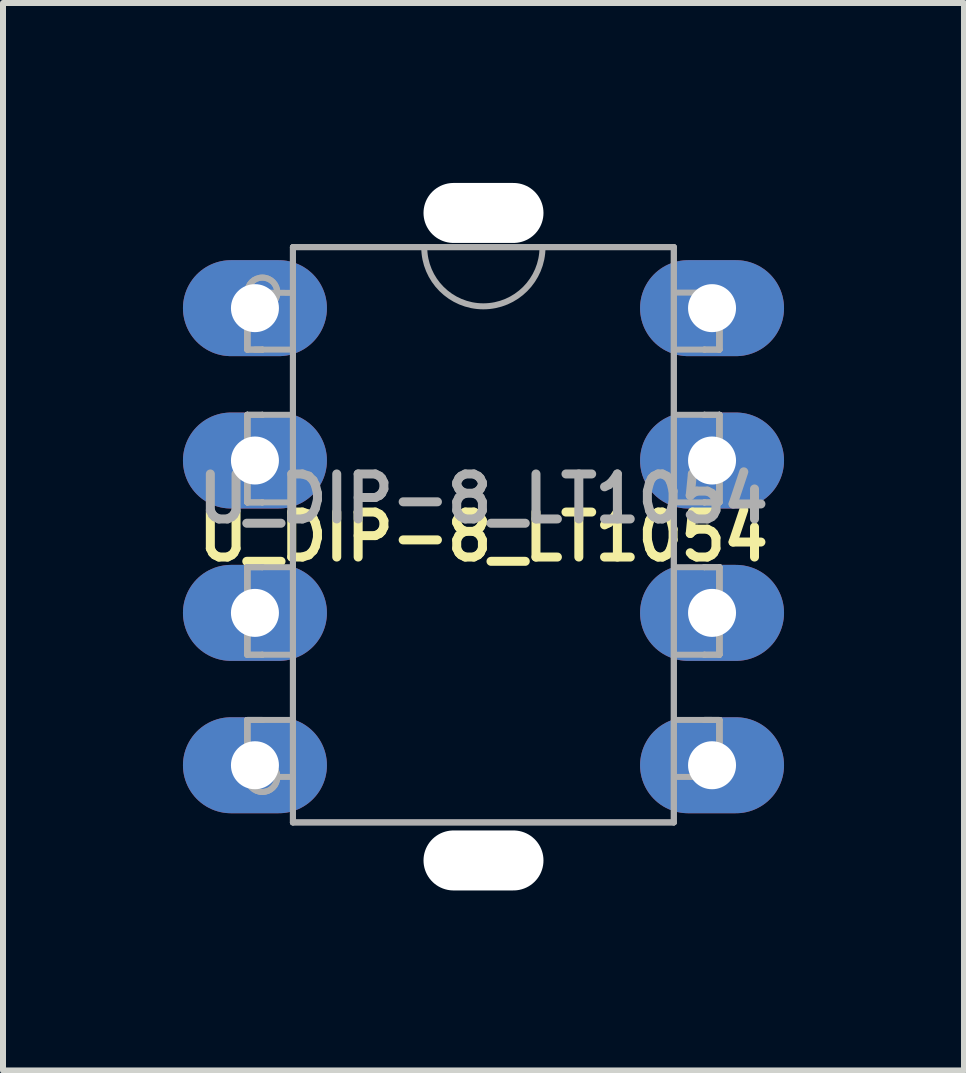
<source format=kicad_pcb>
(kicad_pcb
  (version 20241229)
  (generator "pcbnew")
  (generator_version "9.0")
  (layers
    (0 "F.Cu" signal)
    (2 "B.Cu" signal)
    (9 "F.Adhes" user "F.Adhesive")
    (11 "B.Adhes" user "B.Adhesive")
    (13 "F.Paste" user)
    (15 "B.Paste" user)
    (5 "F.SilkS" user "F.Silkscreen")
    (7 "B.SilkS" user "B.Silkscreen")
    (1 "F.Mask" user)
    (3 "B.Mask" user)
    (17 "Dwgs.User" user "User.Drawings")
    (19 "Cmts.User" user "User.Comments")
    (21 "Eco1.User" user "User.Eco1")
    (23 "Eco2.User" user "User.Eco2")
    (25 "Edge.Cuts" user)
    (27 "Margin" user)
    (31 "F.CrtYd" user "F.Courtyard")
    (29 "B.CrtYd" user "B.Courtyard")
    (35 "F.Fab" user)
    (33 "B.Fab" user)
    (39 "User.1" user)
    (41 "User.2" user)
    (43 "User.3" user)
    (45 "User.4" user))
  (footprint "U_DIP-8_LT1054"
    (layer "F.Cu")
    (at 5.01 5.897)
    (property "Reference" "U_DIP-8_LT1054" (at 0 0 0) (layer "F.SilkS") (effects (font (size 0.75 0.75) (thickness 0.15))))
    (attr through_hole)
    (fp_line (start -3.937 -4.069) (end -3.937 -4.069) (stroke (width 0.1) (type solid)) (layer "F.Fab"))
    (fp_line (start -3.937 -4.069) (end -3.937 -4.069) (stroke (width 0.1) (type solid)) (layer "F.Fab"))
    (fp_line (start -3.937 -4.069) (end -3.937 -3.956) (stroke (width 0.1) (type solid)) (layer "F.Fab"))
    (fp_line (start -3.937 -4.069) (end -3.937 -3.956) (stroke (width 0.1) (type solid)) (layer "F.Fab"))
    (fp_line (start -3.937 -4.069) (end -3.937 -3.119) (stroke (width 0.1) (type solid)) (layer "F.Fab"))
    (fp_line (start -3.937 -4.069) (end -3.937 -3.119) (stroke (width 0.1) (type solid)) (layer "F.Fab"))
    (fp_line (start -3.937 -3.956) (end -3.937 -3.728) (stroke (width 0.1) (type solid)) (layer "F.Fab"))
    (fp_line (start -3.937 -3.956) (end -3.937 -3.728) (stroke (width 0.1) (type solid)) (layer "F.Fab"))
    (fp_line (start -3.937 -3.728) (end -3.937 -3.615) (stroke (width 0.1) (type solid)) (layer "F.Fab"))
    (fp_line (start -3.937 -3.728) (end -3.937 -3.615) (stroke (width 0.1) (type solid)) (layer "F.Fab"))
    (fp_line (start -3.937 -3.615) (end -3.937 -3.615) (stroke (width 0.1) (type solid)) (layer "F.Fab"))
    (fp_line (start -3.937 -3.615) (end -3.937 -3.615) (stroke (width 0.1) (type solid)) (layer "F.Fab"))
    (fp_line (start -3.937 -3.615) (end -3.937 -3.119) (stroke (width 0.1) (type solid)) (layer "F.Fab"))
    (fp_line (start -3.937 -3.615) (end -3.937 -3.119) (stroke (width 0.1) (type solid)) (layer "F.Fab"))
    (fp_line (start -3.937 -3.119) (end -3.937 -3.119) (stroke (width 0.1) (type solid)) (layer "F.Fab"))
    (fp_line (start -3.937 -3.119) (end -3.937 -3.119) (stroke (width 0.1) (type solid)) (layer "F.Fab"))
    (fp_line (start -3.937 -2.032) (end -3.937 -2.032) (stroke (width 0.1) (type solid)) (layer "F.Fab"))
    (fp_line (start -3.937 -2.032) (end -3.937 -2.032) (stroke (width 0.1) (type solid)) (layer "F.Fab"))
    (fp_line (start -3.937 -2.032) (end -3.937 -0.572) (stroke (width 0.1) (type solid)) (layer "F.Fab"))
    (fp_line (start -3.937 -2.032) (end -3.937 -0.572) (stroke (width 0.1) (type solid)) (layer "F.Fab"))
    (fp_line (start -3.937 -1.53) (end -3.937 -2.032) (stroke (width 0.1) (type solid)) (layer "F.Fab"))
    (fp_line (start -3.937 -1.53) (end -3.937 -2.032) (stroke (width 0.1) (type solid)) (layer "F.Fab"))
    (fp_line (start -3.937 -1.53) (end -3.937 -1.53) (stroke (width 0.1) (type solid)) (layer "F.Fab"))
    (fp_line (start -3.937 -1.53) (end -3.937 -1.53) (stroke (width 0.1) (type solid)) (layer "F.Fab"))
    (fp_line (start -3.937 -1.53) (end -3.937 -1.416) (stroke (width 0.1) (type solid)) (layer "F.Fab"))
    (fp_line (start -3.937 -1.53) (end -3.937 -1.416) (stroke (width 0.1) (type solid)) (layer "F.Fab"))
    (fp_line (start -3.937 -1.416) (end -3.937 -1.188) (stroke (width 0.1) (type solid)) (layer "F.Fab"))
    (fp_line (start -3.937 -1.416) (end -3.937 -1.188) (stroke (width 0.1) (type solid)) (layer "F.Fab"))
    (fp_line (start -3.937 -1.188) (end -3.937 -1.075) (stroke (width 0.1) (type solid)) (layer "F.Fab"))
    (fp_line (start -3.937 -1.188) (end -3.937 -1.075) (stroke (width 0.1) (type solid)) (layer "F.Fab"))
    (fp_line (start -3.937 -1.075) (end -3.937 -1.075) (stroke (width 0.1) (type solid)) (layer "F.Fab"))
    (fp_line (start -3.937 -1.075) (end -3.937 -1.075) (stroke (width 0.1) (type solid)) (layer "F.Fab"))
    (fp_line (start -3.937 -1.075) (end -3.937 -0.572) (stroke (width 0.1) (type solid)) (layer "F.Fab"))
    (fp_line (start -3.937 -1.075) (end -3.937 -0.572) (stroke (width 0.1) (type solid)) (layer "F.Fab"))
    (fp_line (start -3.937 -0.572) (end -3.937 -0.572) (stroke (width 0.1) (type solid)) (layer "F.Fab"))
    (fp_line (start -3.937 -0.572) (end -3.937 -0.572) (stroke (width 0.1) (type solid)) (layer "F.Fab"))
    (fp_line (start -3.937 0.508) (end -3.937 0.508) (stroke (width 0.1) (type solid)) (layer "F.Fab"))
    (fp_line (start -3.937 0.508) (end -3.937 0.508) (stroke (width 0.1) (type solid)) (layer "F.Fab"))
    (fp_line (start -3.937 0.508) (end -3.937 1.968) (stroke (width 0.1) (type solid)) (layer "F.Fab"))
    (fp_line (start -3.937 0.508) (end -3.937 1.968) (stroke (width 0.1) (type solid)) (layer "F.Fab"))
    (fp_line (start -3.937 1.01) (end -3.937 0.508) (stroke (width 0.1) (type solid)) (layer "F.Fab"))
    (fp_line (start -3.937 1.01) (end -3.937 0.508) (stroke (width 0.1) (type solid)) (layer "F.Fab"))
    (fp_line (start -3.937 1.01) (end -3.937 1.01) (stroke (width 0.1) (type solid)) (layer "F.Fab"))
    (fp_line (start -3.937 1.01) (end -3.937 1.01) (stroke (width 0.1) (type solid)) (layer "F.Fab"))
    (fp_line (start -3.937 1.01) (end -3.937 1.124) (stroke (width 0.1) (type solid)) (layer "F.Fab"))
    (fp_line (start -3.937 1.01) (end -3.937 1.124) (stroke (width 0.1) (type solid)) (layer "F.Fab"))
    (fp_line (start -3.937 1.124) (end -3.937 1.352) (stroke (width 0.1) (type solid)) (layer "F.Fab"))
    (fp_line (start -3.937 1.124) (end -3.937 1.352) (stroke (width 0.1) (type solid)) (layer "F.Fab"))
    (fp_line (start -3.937 1.352) (end -3.937 1.466) (stroke (width 0.1) (type solid)) (layer "F.Fab"))
    (fp_line (start -3.937 1.352) (end -3.937 1.466) (stroke (width 0.1) (type solid)) (layer "F.Fab"))
    (fp_line (start -3.937 1.466) (end -3.937 1.466) (stroke (width 0.1) (type solid)) (layer "F.Fab"))
    (fp_line (start -3.937 1.466) (end -3.937 1.466) (stroke (width 0.1) (type solid)) (layer "F.Fab"))
    (fp_line (start -3.937 1.466) (end -3.937 1.968) (stroke (width 0.1) (type solid)) (layer "F.Fab"))
    (fp_line (start -3.937 1.466) (end -3.937 1.968) (stroke (width 0.1) (type solid)) (layer "F.Fab"))
    (fp_line (start -3.937 1.968) (end -3.937 1.968) (stroke (width 0.1) (type solid)) (layer "F.Fab"))
    (fp_line (start -3.937 1.968) (end -3.937 1.968) (stroke (width 0.1) (type solid)) (layer "F.Fab"))
    (fp_line (start -3.937 3.055) (end -3.937 3.055) (stroke (width 0.1) (type solid)) (layer "F.Fab"))
    (fp_line (start -3.937 3.055) (end -3.937 3.055) (stroke (width 0.1) (type solid)) (layer "F.Fab"))
    (fp_line (start -3.937 3.55) (end -3.937 3.055) (stroke (width 0.1) (type solid)) (layer "F.Fab"))
    (fp_line (start -3.937 3.55) (end -3.937 3.055) (stroke (width 0.1) (type solid)) (layer "F.Fab"))
    (fp_line (start -3.937 3.55) (end -3.937 3.55) (stroke (width 0.1) (type solid)) (layer "F.Fab"))
    (fp_line (start -3.937 3.55) (end -3.937 3.55) (stroke (width 0.1) (type solid)) (layer "F.Fab"))
    (fp_line (start -3.937 3.664) (end -3.937 3.55) (stroke (width 0.1) (type solid)) (layer "F.Fab"))
    (fp_line (start -3.937 3.664) (end -3.937 3.55) (stroke (width 0.1) (type solid)) (layer "F.Fab"))
    (fp_line (start -3.937 3.892) (end -3.937 3.664) (stroke (width 0.1) (type solid)) (layer "F.Fab"))
    (fp_line (start -3.937 3.892) (end -3.937 3.664) (stroke (width 0.1) (type solid)) (layer "F.Fab"))
    (fp_line (start -3.937 4.005) (end -3.937 3.055) (stroke (width 0.1) (type solid)) (layer "F.Fab"))
    (fp_line (start -3.937 4.005) (end -3.937 3.055) (stroke (width 0.1) (type solid)) (layer "F.Fab"))
    (fp_line (start -3.937 4.005) (end -3.937 3.892) (stroke (width 0.1) (type solid)) (layer "F.Fab"))
    (fp_line (start -3.937 4.005) (end -3.937 3.892) (stroke (width 0.1) (type solid)) (layer "F.Fab"))
    (fp_line (start -3.937 4.005) (end -3.937 4.005) (stroke (width 0.1) (type solid)) (layer "F.Fab"))
    (fp_line (start -3.937 4.005) (end -3.937 4.005) (stroke (width 0.1) (type solid)) (layer "F.Fab"))
    (fp_line (start -3.81 -3.119) (end -3.175 -3.119) (stroke (width 0.1) (type solid)) (layer "F.Fab"))
    (fp_line (start -3.687 -4.069) (end -3.937 -4.069) (stroke (width 0.1) (type solid)) (layer "F.Fab"))
    (fp_line (start -3.687 -4.069) (end -3.937 -4.069) (stroke (width 0.1) (type solid)) (layer "F.Fab"))
    (fp_line (start -3.687 -4.069) (end -3.175 -4.064) (stroke (width 0.1) (type solid)) (layer "F.Fab"))
    (fp_line (start -3.687 -3.119) (end -3.937 -3.119) (stroke (width 0.1) (type solid)) (layer "F.Fab"))
    (fp_line (start -3.687 -3.119) (end -3.937 -3.119) (stroke (width 0.1) (type solid)) (layer "F.Fab"))
    (fp_line (start -3.687 -3.119) (end -3.687 -3.119) (stroke (width 0.1) (type solid)) (layer "F.Fab"))
    (fp_line (start -3.687 -3.119) (end -3.687 -3.119) (stroke (width 0.1) (type solid)) (layer "F.Fab"))
    (fp_line (start -3.687 -2.032) (end -3.937 -2.032) (stroke (width 0.1) (type solid)) (layer "F.Fab"))
    (fp_line (start -3.687 -2.032) (end -3.937 -2.032) (stroke (width 0.1) (type solid)) (layer "F.Fab"))
    (fp_line (start -3.687 -2.032) (end -3.687 -2.032) (stroke (width 0.1) (type solid)) (layer "F.Fab"))
    (fp_line (start -3.687 -2.032) (end -3.687 -2.032) (stroke (width 0.1) (type solid)) (layer "F.Fab"))
    (fp_line (start -3.687 -2.032) (end -3.175 -2.032) (stroke (width 0.1) (type solid)) (layer "F.Fab"))
    (fp_line (start -3.687 -0.572) (end -3.937 -0.572) (stroke (width 0.1) (type solid)) (layer "F.Fab"))
    (fp_line (start -3.687 -0.572) (end -3.937 -0.572) (stroke (width 0.1) (type solid)) (layer "F.Fab"))
    (fp_line (start -3.687 -0.572) (end -3.687 -0.572) (stroke (width 0.1) (type solid)) (layer "F.Fab"))
    (fp_line (start -3.687 -0.572) (end -3.687 -0.572) (stroke (width 0.1) (type solid)) (layer "F.Fab"))
    (fp_line (start -3.687 -0.572) (end -3.175 -0.572) (stroke (width 0.1) (type solid)) (layer "F.Fab"))
    (fp_line (start -3.687 0.508) (end -3.937 0.508) (stroke (width 0.1) (type solid)) (layer "F.Fab"))
    (fp_line (start -3.687 0.508) (end -3.937 0.508) (stroke (width 0.1) (type solid)) (layer "F.Fab"))
    (fp_line (start -3.687 0.508) (end -3.687 0.508) (stroke (width 0.1) (type solid)) (layer "F.Fab"))
    (fp_line (start -3.687 0.508) (end -3.687 0.508) (stroke (width 0.1) (type solid)) (layer "F.Fab"))
    (fp_line (start -3.687 0.508) (end -3.175 0.508) (stroke (width 0.1) (type solid)) (layer "F.Fab"))
    (fp_line (start -3.687 1.968) (end -3.937 1.968) (stroke (width 0.1) (type solid)) (layer "F.Fab"))
    (fp_line (start -3.687 1.968) (end -3.937 1.968) (stroke (width 0.1) (type solid)) (layer "F.Fab"))
    (fp_line (start -3.687 1.968) (end -3.687 1.968) (stroke (width 0.1) (type solid)) (layer "F.Fab"))
    (fp_line (start -3.687 1.968) (end -3.687 1.968) (stroke (width 0.1) (type solid)) (layer "F.Fab"))
    (fp_line (start -3.687 1.968) (end -3.175 1.968) (stroke (width 0.1) (type solid)) (layer "F.Fab"))
    (fp_line (start -3.687 3.055) (end -3.937 3.055) (stroke (width 0.1) (type solid)) (layer "F.Fab"))
    (fp_line (start -3.687 3.055) (end -3.937 3.055) (stroke (width 0.1) (type solid)) (layer "F.Fab"))
    (fp_line (start -3.687 3.055) (end -3.687 3.055) (stroke (width 0.1) (type solid)) (layer "F.Fab"))
    (fp_line (start -3.687 3.055) (end -3.687 3.055) (stroke (width 0.1) (type solid)) (layer "F.Fab"))
    (fp_line (start -3.687 3.055) (end -3.175 3.055) (stroke (width 0.1) (type solid)) (layer "F.Fab"))
    (fp_line (start -3.687 4.005) (end -3.937 4.005) (stroke (width 0.1) (type solid)) (layer "F.Fab"))
    (fp_line (start -3.687 4.005) (end -3.937 4.005) (stroke (width 0.1) (type solid)) (layer "F.Fab"))
    (fp_line (start -3.687 4.005) (end -3.687 4.005) (stroke (width 0.1) (type solid)) (layer "F.Fab"))
    (fp_line (start -3.687 4.005) (end -3.687 4.005) (stroke (width 0.1) (type solid)) (layer "F.Fab"))
    (fp_line (start -3.687 4.005) (end -3.175 4.005) (stroke (width 0.1) (type solid)) (layer "F.Fab"))
    (fp_line (start -3.177 -4.827) (end -3.177 4.763) (stroke (width 0.1) (type solid)) (layer "F.Fab"))
    (fp_line (start -3.177 -4.827) (end -3.177 4.763) (stroke (width 0.1) (type solid)) (layer "F.Fab"))
    (fp_line (start -3.177 4.763) (end 3.173 4.763) (stroke (width 0.1) (type solid)) (layer "F.Fab"))
    (fp_line (start -3.177 4.763) (end 3.173 4.763) (stroke (width 0.1) (type solid)) (layer "F.Fab"))
    (fp_line (start 3.173 -4.827) (end -3.177 -4.827) (stroke (width 0.1) (type solid)) (layer "F.Fab"))
    (fp_line (start 3.173 -4.827) (end -3.177 -4.827) (stroke (width 0.1) (type solid)) (layer "F.Fab"))
    (fp_line (start 3.173 4.763) (end 3.173 -4.827) (stroke (width 0.1) (type solid)) (layer "F.Fab"))
    (fp_line (start 3.173 4.763) (end 3.173 -4.827) (stroke (width 0.1) (type solid)) (layer "F.Fab"))
    (fp_line (start 3.175 -3.119) (end 3.933 -3.119) (stroke (width 0.1) (type solid)) (layer "F.Fab"))
    (fp_line (start 3.175 -0.572) (end 3.683 -0.572) (stroke (width 0.1) (type solid)) (layer "F.Fab"))
    (fp_line (start 3.175 3.055) (end 3.81 3.055) (stroke (width 0.1) (type solid)) (layer "F.Fab"))
    (fp_line (start 3.683 -4.069) (end 3.683 -4.069) (stroke (width 0.1) (type solid)) (layer "F.Fab"))
    (fp_line (start 3.683 -4.069) (end 3.683 -4.069) (stroke (width 0.1) (type solid)) (layer "F.Fab"))
    (fp_line (start 3.683 -4.069) (end 3.933 -4.069) (stroke (width 0.1) (type solid)) (layer "F.Fab"))
    (fp_line (start 3.683 -4.069) (end 3.933 -4.069) (stroke (width 0.1) (type solid)) (layer "F.Fab"))
    (fp_line (start 3.683 -3.119) (end 3.683 -3.119) (stroke (width 0.1) (type solid)) (layer "F.Fab"))
    (fp_line (start 3.683 -3.119) (end 3.683 -3.119) (stroke (width 0.1) (type solid)) (layer "F.Fab"))
    (fp_line (start 3.683 -3.119) (end 3.933 -3.119) (stroke (width 0.1) (type solid)) (layer "F.Fab"))
    (fp_line (start 3.683 -2.032) (end 3.175 -2.032) (stroke (width 0.1) (type solid)) (layer "F.Fab"))
    (fp_line (start 3.683 -2.032) (end 3.683 -2.032) (stroke (width 0.1) (type solid)) (layer "F.Fab"))
    (fp_line (start 3.683 -2.032) (end 3.683 -2.032) (stroke (width 0.1) (type solid)) (layer "F.Fab"))
    (fp_line (start 3.683 -2.032) (end 3.933 -2.032) (stroke (width 0.1) (type solid)) (layer "F.Fab"))
    (fp_line (start 3.683 -2.032) (end 3.933 -2.032) (stroke (width 0.1) (type solid)) (layer "F.Fab"))
    (fp_line (start 3.683 -0.572) (end 3.683 -0.572) (stroke (width 0.1) (type solid)) (layer "F.Fab"))
    (fp_line (start 3.683 -0.572) (end 3.683 -0.572) (stroke (width 0.1) (type solid)) (layer "F.Fab"))
    (fp_line (start 3.683 -0.572) (end 3.933 -0.572) (stroke (width 0.1) (type solid)) (layer "F.Fab"))
    (fp_line (start 3.683 -0.572) (end 3.933 -0.572) (stroke (width 0.1) (type solid)) (layer "F.Fab"))
    (fp_line (start 3.683 0.508) (end 3.175 0.508) (stroke (width 0.1) (type solid)) (layer "F.Fab"))
    (fp_line (start 3.683 0.508) (end 3.683 0.508) (stroke (width 0.1) (type solid)) (layer "F.Fab"))
    (fp_line (start 3.683 0.508) (end 3.683 0.508) (stroke (width 0.1) (type solid)) (layer "F.Fab"))
    (fp_line (start 3.683 0.508) (end 3.933 0.508) (stroke (width 0.1) (type solid)) (layer "F.Fab"))
    (fp_line (start 3.683 0.508) (end 3.933 0.508) (stroke (width 0.1) (type solid)) (layer "F.Fab"))
    (fp_line (start 3.683 1.968) (end 3.175 1.968) (stroke (width 0.1) (type solid)) (layer "F.Fab"))
    (fp_line (start 3.683 1.968) (end 3.683 1.968) (stroke (width 0.1) (type solid)) (layer "F.Fab"))
    (fp_line (start 3.683 1.968) (end 3.683 1.968) (stroke (width 0.1) (type solid)) (layer "F.Fab"))
    (fp_line (start 3.683 1.968) (end 3.933 1.968) (stroke (width 0.1) (type solid)) (layer "F.Fab"))
    (fp_line (start 3.683 1.968) (end 3.933 1.968) (stroke (width 0.1) (type solid)) (layer "F.Fab"))
    (fp_line (start 3.683 3.055) (end 3.683 3.055) (stroke (width 0.1) (type solid)) (layer "F.Fab"))
    (fp_line (start 3.683 3.055) (end 3.683 3.055) (stroke (width 0.1) (type solid)) (layer "F.Fab"))
    (fp_line (start 3.683 3.055) (end 3.933 3.055) (stroke (width 0.1) (type solid)) (layer "F.Fab"))
    (fp_line (start 3.683 3.055) (end 3.933 3.055) (stroke (width 0.1) (type solid)) (layer "F.Fab"))
    (fp_line (start 3.683 4.005) (end 3.175 4.005) (stroke (width 0.1) (type solid)) (layer "F.Fab"))
    (fp_line (start 3.683 4.005) (end 3.683 4.005) (stroke (width 0.1) (type solid)) (layer "F.Fab"))
    (fp_line (start 3.683 4.005) (end 3.683 4.005) (stroke (width 0.1) (type solid)) (layer "F.Fab"))
    (fp_line (start 3.683 4.005) (end 3.933 4.005) (stroke (width 0.1) (type solid)) (layer "F.Fab"))
    (fp_line (start 3.683 4.005) (end 3.933 4.005) (stroke (width 0.1) (type solid)) (layer "F.Fab"))
    (fp_line (start 3.81 -4.069) (end 3.175 -4.069) (stroke (width 0.1) (type solid)) (layer "F.Fab"))
    (fp_line (start 3.933 -4.069) (end 3.933 -4.069) (stroke (width 0.1) (type solid)) (layer "F.Fab"))
    (fp_line (start 3.933 -4.069) (end 3.933 -4.069) (stroke (width 0.1) (type solid)) (layer "F.Fab"))
    (fp_line (start 3.933 -4.069) (end 3.933 -3.956) (stroke (width 0.1) (type solid)) (layer "F.Fab"))
    (fp_line (start 3.933 -4.069) (end 3.933 -3.956) (stroke (width 0.1) (type solid)) (layer "F.Fab"))
    (fp_line (start 3.933 -4.069) (end 3.933 -3.119) (stroke (width 0.1) (type solid)) (layer "F.Fab"))
    (fp_line (start 3.933 -4.069) (end 3.933 -3.119) (stroke (width 0.1) (type solid)) (layer "F.Fab"))
    (fp_line (start 3.933 -3.956) (end 3.933 -3.728) (stroke (width 0.1) (type solid)) (layer "F.Fab"))
    (fp_line (start 3.933 -3.956) (end 3.933 -3.728) (stroke (width 0.1) (type solid)) (layer "F.Fab"))
    (fp_line (start 3.933 -3.728) (end 3.933 -3.615) (stroke (width 0.1) (type solid)) (layer "F.Fab"))
    (fp_line (start 3.933 -3.728) (end 3.933 -3.615) (stroke (width 0.1) (type solid)) (layer "F.Fab"))
    (fp_line (start 3.933 -3.615) (end 3.933 -3.615) (stroke (width 0.1) (type solid)) (layer "F.Fab"))
    (fp_line (start 3.933 -3.615) (end 3.933 -3.615) (stroke (width 0.1) (type solid)) (layer "F.Fab"))
    (fp_line (start 3.933 -3.615) (end 3.933 -3.119) (stroke (width 0.1) (type solid)) (layer "F.Fab"))
    (fp_line (start 3.933 -3.615) (end 3.933 -3.119) (stroke (width 0.1) (type solid)) (layer "F.Fab"))
    (fp_line (start 3.933 -3.119) (end 3.933 -3.119) (stroke (width 0.1) (type solid)) (layer "F.Fab"))
    (fp_line (start 3.933 -3.119) (end 3.933 -3.119) (stroke (width 0.1) (type solid)) (layer "F.Fab"))
    (fp_line (start 3.933 -2.032) (end 3.933 -2.032) (stroke (width 0.1) (type solid)) (layer "F.Fab"))
    (fp_line (start 3.933 -2.032) (end 3.933 -2.032) (stroke (width 0.1) (type solid)) (layer "F.Fab"))
    (fp_line (start 3.933 -1.53) (end 3.933 -2.032) (stroke (width 0.1) (type solid)) (layer "F.Fab"))
    (fp_line (start 3.933 -1.53) (end 3.933 -2.032) (stroke (width 0.1) (type solid)) (layer "F.Fab"))
    (fp_line (start 3.933 -1.53) (end 3.933 -1.53) (stroke (width 0.1) (type solid)) (layer "F.Fab"))
    (fp_line (start 3.933 -1.53) (end 3.933 -1.53) (stroke (width 0.1) (type solid)) (layer "F.Fab"))
    (fp_line (start 3.933 -1.416) (end 3.933 -1.53) (stroke (width 0.1) (type solid)) (layer "F.Fab"))
    (fp_line (start 3.933 -1.416) (end 3.933 -1.53) (stroke (width 0.1) (type solid)) (layer "F.Fab"))
    (fp_line (start 3.933 -1.188) (end 3.933 -1.416) (stroke (width 0.1) (type solid)) (layer "F.Fab"))
    (fp_line (start 3.933 -1.188) (end 3.933 -1.416) (stroke (width 0.1) (type solid)) (layer "F.Fab"))
    (fp_line (start 3.933 -1.075) (end 3.933 -1.188) (stroke (width 0.1) (type solid)) (layer "F.Fab"))
    (fp_line (start 3.933 -1.075) (end 3.933 -1.188) (stroke (width 0.1) (type solid)) (layer "F.Fab"))
    (fp_line (start 3.933 -1.075) (end 3.933 -1.075) (stroke (width 0.1) (type solid)) (layer "F.Fab"))
    (fp_line (start 3.933 -1.075) (end 3.933 -1.075) (stroke (width 0.1) (type solid)) (layer "F.Fab"))
    (fp_line (start 3.933 -1.075) (end 3.933 -0.572) (stroke (width 0.1) (type solid)) (layer "F.Fab"))
    (fp_line (start 3.933 -1.075) (end 3.933 -0.572) (stroke (width 0.1) (type solid)) (layer "F.Fab"))
    (fp_line (start 3.933 -0.572) (end 3.933 -2.032) (stroke (width 0.1) (type solid)) (layer "F.Fab"))
    (fp_line (start 3.933 -0.572) (end 3.933 -2.032) (stroke (width 0.1) (type solid)) (layer "F.Fab"))
    (fp_line (start 3.933 -0.572) (end 3.933 -0.572) (stroke (width 0.1) (type solid)) (layer "F.Fab"))
    (fp_line (start 3.933 -0.572) (end 3.933 -0.572) (stroke (width 0.1) (type solid)) (layer "F.Fab"))
    (fp_line (start 3.933 0.508) (end 3.933 0.508) (stroke (width 0.1) (type solid)) (layer "F.Fab"))
    (fp_line (start 3.933 0.508) (end 3.933 0.508) (stroke (width 0.1) (type solid)) (layer "F.Fab"))
    (fp_line (start 3.933 1.01) (end 3.933 0.508) (stroke (width 0.1) (type solid)) (layer "F.Fab"))
    (fp_line (start 3.933 1.01) (end 3.933 0.508) (stroke (width 0.1) (type solid)) (layer "F.Fab"))
    (fp_line (start 3.933 1.01) (end 3.933 1.01) (stroke (width 0.1) (type solid)) (layer "F.Fab"))
    (fp_line (start 3.933 1.01) (end 3.933 1.01) (stroke (width 0.1) (type solid)) (layer "F.Fab"))
    (fp_line (start 3.933 1.124) (end 3.933 1.01) (stroke (width 0.1) (type solid)) (layer "F.Fab"))
    (fp_line (start 3.933 1.124) (end 3.933 1.01) (stroke (width 0.1) (type solid)) (layer "F.Fab"))
    (fp_line (start 3.933 1.352) (end 3.933 1.124) (stroke (width 0.1) (type solid)) (layer "F.Fab"))
    (fp_line (start 3.933 1.352) (end 3.933 1.124) (stroke (width 0.1) (type solid)) (layer "F.Fab"))
    (fp_line (start 3.933 1.466) (end 3.933 1.352) (stroke (width 0.1) (type solid)) (layer "F.Fab"))
    (fp_line (start 3.933 1.466) (end 3.933 1.352) (stroke (width 0.1) (type solid)) (layer "F.Fab"))
    (fp_line (start 3.933 1.466) (end 3.933 1.466) (stroke (width 0.1) (type solid)) (layer "F.Fab"))
    (fp_line (start 3.933 1.466) (end 3.933 1.466) (stroke (width 0.1) (type solid)) (layer "F.Fab"))
    (fp_line (start 3.933 1.466) (end 3.933 1.968) (stroke (width 0.1) (type solid)) (layer "F.Fab"))
    (fp_line (start 3.933 1.466) (end 3.933 1.968) (stroke (width 0.1) (type solid)) (layer "F.Fab"))
    (fp_line (start 3.933 1.968) (end 3.933 0.508) (stroke (width 0.1) (type solid)) (layer "F.Fab"))
    (fp_line (start 3.933 1.968) (end 3.933 0.508) (stroke (width 0.1) (type solid)) (layer "F.Fab"))
    (fp_line (start 3.933 1.968) (end 3.933 1.968) (stroke (width 0.1) (type solid)) (layer "F.Fab"))
    (fp_line (start 3.933 1.968) (end 3.933 1.968) (stroke (width 0.1) (type solid)) (layer "F.Fab"))
    (fp_line (start 3.933 3.055) (end 3.933 3.055) (stroke (width 0.1) (type solid)) (layer "F.Fab"))
    (fp_line (start 3.933 3.055) (end 3.933 3.055) (stroke (width 0.1) (type solid)) (layer "F.Fab"))
    (fp_line (start 3.933 3.55) (end 3.933 3.055) (stroke (width 0.1) (type solid)) (layer "F.Fab"))
    (fp_line (start 3.933 3.55) (end 3.933 3.055) (stroke (width 0.1) (type solid)) (layer "F.Fab"))
    (fp_line (start 3.933 3.55) (end 3.933 3.55) (stroke (width 0.1) (type solid)) (layer "F.Fab"))
    (fp_line (start 3.933 3.55) (end 3.933 3.55) (stroke (width 0.1) (type solid)) (layer "F.Fab"))
    (fp_line (start 3.933 3.664) (end 3.933 3.55) (stroke (width 0.1) (type solid)) (layer "F.Fab"))
    (fp_line (start 3.933 3.664) (end 3.933 3.55) (stroke (width 0.1) (type solid)) (layer "F.Fab"))
    (fp_line (start 3.933 3.892) (end 3.933 3.664) (stroke (width 0.1) (type solid)) (layer "F.Fab"))
    (fp_line (start 3.933 3.892) (end 3.933 3.664) (stroke (width 0.1) (type solid)) (layer "F.Fab"))
    (fp_line (start 3.933 4.005) (end 3.933 3.055) (stroke (width 0.1) (type solid)) (layer "F.Fab"))
    (fp_line (start 3.933 4.005) (end 3.933 3.055) (stroke (width 0.1) (type solid)) (layer "F.Fab"))
    (fp_line (start 3.933 4.005) (end 3.933 3.892) (stroke (width 0.1) (type solid)) (layer "F.Fab"))
    (fp_line (start 3.933 4.005) (end 3.933 3.892) (stroke (width 0.1) (type solid)) (layer "F.Fab"))
    (fp_line (start 3.933 4.005) (end 3.933 4.005) (stroke (width 0.1) (type solid)) (layer "F.Fab"))
    (fp_line (start 3.933 4.005) (end 3.933 4.005) (stroke (width 0.1) (type solid)) (layer "F.Fab"))
    (fp_arc (start -3.937 -4.069499) (mid -3.437 -4.069499) (end -3.937 -4.069499) (stroke (width 0.1) (type solid)) (layer "F.Fab"))
    (fp_arc (start -3.937 -4.069499) (mid -3.437 -4.069499) (end -3.937 -4.069499) (stroke (width 0.1) (type solid)) (layer "F.Fab"))
    (fp_arc (start -3.937 4.005499) (mid -3.437 4.005499) (end -3.937 4.005499) (stroke (width 0.1) (type solid)) (layer "F.Fab"))
    (fp_arc (start -3.937 4.005499) (mid -3.437 4.005499) (end -3.937 4.005499) (stroke (width 0.1) (type solid)) (layer "F.Fab"))
    (fp_arc (start 0.983575 -4.826) (mid -0.002 -3.841424) (end -0.987575 -4.826) (stroke (width 0.1) (type solid)) (layer "F.Fab"))
    (fp_text user "${REFERENCE}" (at 0 -0.635 0) (layer "F.Fab") (effects (font (size 0.75 0.75) (thickness 0.15))))
    (pad "" connect circle (at -3.81 -3.81) (size 0.8 0.8) (layers "F.Mask"))
    (pad "" connect circle (at -3.81 -1.27) (size 0.8 0.8) (layers "F.Mask"))
    (pad "" connect circle (at -3.81 1.27) (size 0.8 0.8) (layers "F.Mask"))
    (pad "" connect circle (at -3.81 3.81) (size 0.8 0.8) (layers "F.Mask"))
    (pad "" np_thru_hole oval (at 0 -5.397 90) (size 1 2) (drill oval 1 2) (layers "*.Cu" "*.Mask"))
    (pad "" np_thru_hole oval (at 0 5.397 90) (size 1 2) (drill oval 1 2) (layers "*.Cu" "*.Mask"))
    (pad "" connect circle (at 3.81 -3.81) (size 0.8 0.8) (layers "F.Mask"))
    (pad "" connect circle (at 3.81 -1.27) (size 0.8 0.8) (layers "F.Mask"))
    (pad "" connect circle (at 3.81 1.27) (size 0.8 0.8) (layers "F.Mask"))
    (pad "" connect circle (at 3.81 3.81) (size 0.8 0.8) (layers "F.Mask"))
    (pad "1" thru_hole oval (at -3.81 -3.81) (size 2.4 1.6) (drill 0.8) (layers "B.Cu" "B.Mask"))
    (pad "2" thru_hole oval (at -3.81 -1.27) (size 2.4 1.6) (drill 0.8) (layers "B.Cu" "B.Mask"))
    (pad "3" thru_hole oval (at -3.81 1.27) (size 2.4 1.6) (drill 0.8) (layers "B.Cu" "B.Mask"))
    (pad "4" thru_hole oval (at -3.81 3.81) (size 2.4 1.6) (drill 0.8) (layers "B.Cu" "B.Mask"))
    (pad "5" thru_hole oval (at 3.81 3.81) (size 2.4 1.6) (drill 0.8) (layers "B.Cu" "B.Mask"))
    (pad "6" thru_hole oval (at 3.81 1.27) (size 2.4 1.6) (drill 0.8) (layers "B.Cu" "B.Mask"))
    (pad "7" thru_hole oval (at 3.81 -1.27) (size 2.4 1.6) (drill 0.8) (layers "B.Cu" "B.Mask"))
    (pad "8" thru_hole oval (at 3.81 -3.81) (size 2.4 1.6) (drill 0.8) (layers "B.Cu" "B.Mask")))
  (gr_rect
    (start -3 -3)
    (end 13.02 14.795)
    (stroke (width 0.1) (type default))
    (fill no)
    (layer "Edge.Cuts")))
</source>
